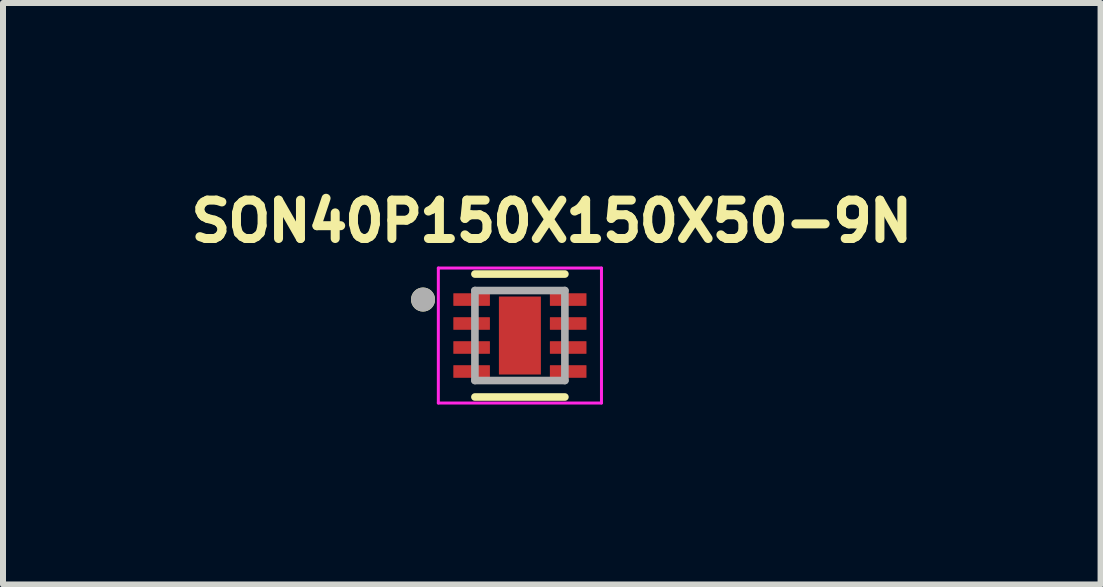
<source format=kicad_pcb>
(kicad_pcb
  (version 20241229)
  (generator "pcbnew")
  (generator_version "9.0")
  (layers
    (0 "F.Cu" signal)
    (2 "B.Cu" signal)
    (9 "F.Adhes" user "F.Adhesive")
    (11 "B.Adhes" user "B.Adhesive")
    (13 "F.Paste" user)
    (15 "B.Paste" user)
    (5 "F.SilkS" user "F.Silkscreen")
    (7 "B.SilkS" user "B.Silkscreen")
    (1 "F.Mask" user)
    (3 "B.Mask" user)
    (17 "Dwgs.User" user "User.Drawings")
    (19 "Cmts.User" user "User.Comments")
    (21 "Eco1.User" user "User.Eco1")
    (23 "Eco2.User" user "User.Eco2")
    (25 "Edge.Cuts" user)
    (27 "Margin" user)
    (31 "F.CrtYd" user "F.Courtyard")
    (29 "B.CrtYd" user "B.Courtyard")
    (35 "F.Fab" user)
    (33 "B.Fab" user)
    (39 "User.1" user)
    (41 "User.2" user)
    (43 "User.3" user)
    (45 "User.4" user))
  (footprint "SON40P150X150X50-9N"
    (layer "F.Cu")
    (at 5.618 2.544)
    (property "Reference" "SON40P150X150X50-9N" (at 0.532 -1.906 0) (layer "F.SilkS") (effects (font (size 0.64 0.64) (thickness 0.15))))
    (attr smd)
    (fp_line (start -0.75 -1.025) (end 0.75 -1.025) (stroke (width 0.127) (type solid)) (layer "F.SilkS"))
    (fp_line (start -0.75 1.025) (end 0.75 1.025) (stroke (width 0.127) (type solid)) (layer "F.SilkS"))
    (fp_circle (center -1.615 -0.6) (end -1.515 -0.6) (stroke (width 0.2) (type solid)) (fill no) (layer "F.SilkS"))
    (fp_poly (pts (xy -0.22 -0.41) (xy 0.22 -0.41) (xy 0.22 0.41) (xy -0.22 0.41)) (stroke (width 0.01) (type solid)) (fill yes) (layer "F.Paste"))
    (fp_line (start -1.36 -1.125) (end -1.36 1.125) (stroke (width 0.05) (type solid)) (layer "F.CrtYd"))
    (fp_line (start -1.36 -1.125) (end 1.36 -1.125) (stroke (width 0.05) (type solid)) (layer "F.CrtYd"))
    (fp_line (start -1.36 1.125) (end 1.36 1.125) (stroke (width 0.05) (type solid)) (layer "F.CrtYd"))
    (fp_line (start 1.36 -1.125) (end 1.36 1.125) (stroke (width 0.05) (type solid)) (layer "F.CrtYd"))
    (fp_line (start -0.75 -0.75) (end -0.75 0.75) (stroke (width 0.127) (type solid)) (layer "F.Fab"))
    (fp_line (start -0.75 -0.75) (end 0.75 -0.75) (stroke (width 0.127) (type solid)) (layer "F.Fab"))
    (fp_line (start -0.75 0.75) (end 0.75 0.75) (stroke (width 0.127) (type solid)) (layer "F.Fab"))
    (fp_line (start 0.75 -0.75) (end 0.75 0.75) (stroke (width 0.127) (type solid)) (layer "F.Fab"))
    (fp_circle (center -1.615 -0.6) (end -1.515 -0.6) (stroke (width 0.2) (type solid)) (fill no) (layer "F.Fab"))
    (pad "1" smd roundrect (at -0.805 -0.6) (size 0.61 0.21) (layers "F.Cu" "F.Mask" "F.Paste") (roundrect_rratio 0.03))
    (pad "2" smd roundrect (at -0.805 -0.2) (size 0.61 0.21) (layers "F.Cu" "F.Mask" "F.Paste") (roundrect_rratio 0.03))
    (pad "3" smd roundrect (at -0.805 0.2) (size 0.61 0.21) (layers "F.Cu" "F.Mask" "F.Paste") (roundrect_rratio 0.03))
    (pad "4" smd roundrect (at -0.805 0.6) (size 0.61 0.21) (layers "F.Cu" "F.Mask" "F.Paste") (roundrect_rratio 0.03))
    (pad "5" smd roundrect (at 0.805 0.6) (size 0.61 0.21) (layers "F.Cu" "F.Mask" "F.Paste") (roundrect_rratio 0.03))
    (pad "6" smd roundrect (at 0.805 0.2) (size 0.61 0.21) (layers "F.Cu" "F.Mask" "F.Paste") (roundrect_rratio 0.03))
    (pad "7" smd roundrect (at 0.805 -0.2) (size 0.61 0.21) (layers "F.Cu" "F.Mask" "F.Paste") (roundrect_rratio 0.03))
    (pad "8" smd roundrect (at 0.805 -0.6) (size 0.61 0.21) (layers "F.Cu" "F.Mask" "F.Paste") (roundrect_rratio 0.03))
    (pad "9" smd rect (at 0 0) (size 0.7 1.3) (layers "F.Cu" "F.Mask")))
  (gr_rect
    (start -3 -3)
    (end 15.299 6.694)
    (stroke (width 0.1) (type default))
    (fill no)
    (layer "Edge.Cuts")))
</source>
